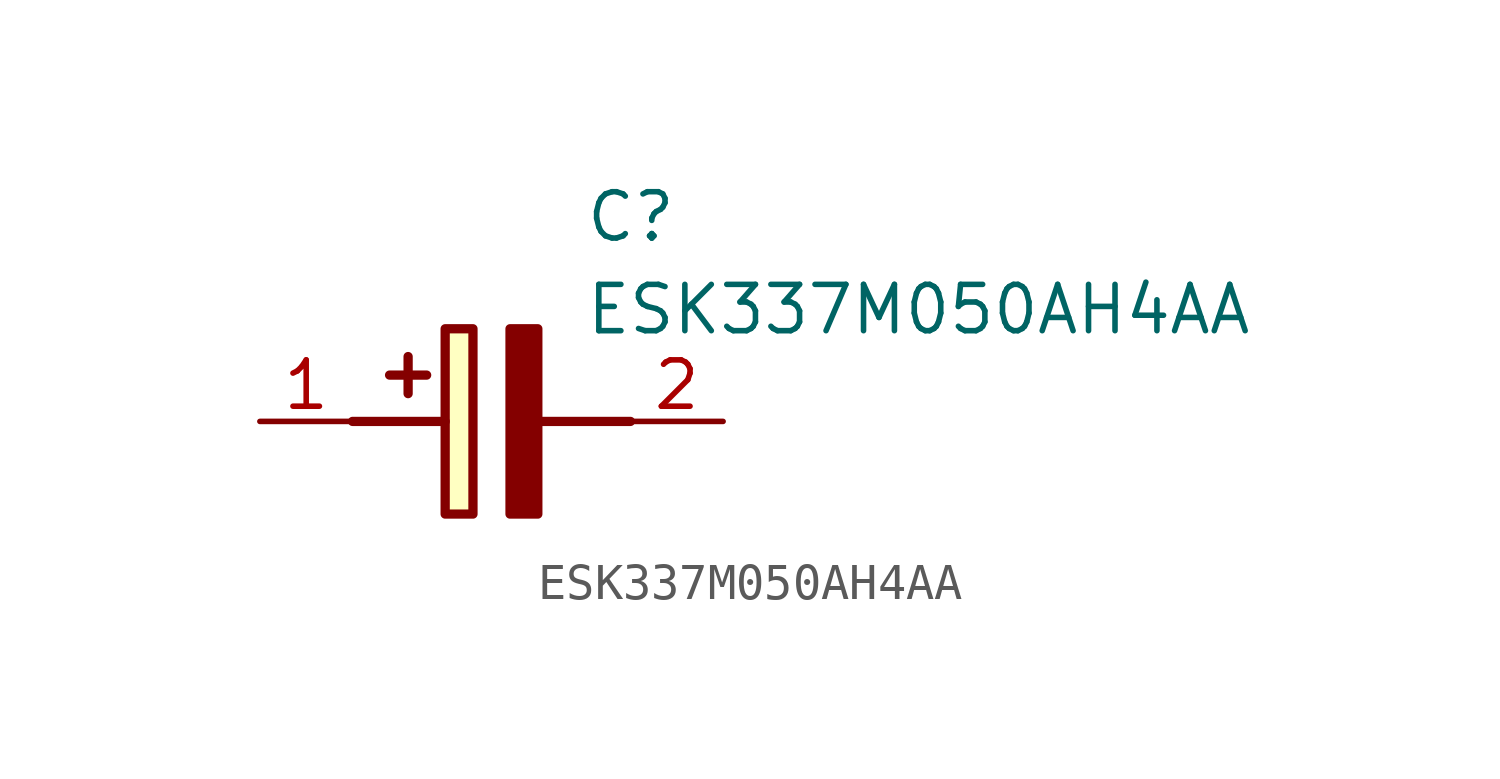
<source format=kicad_sym>
(kicad_symbol_lib
  (version 20211014)
  (generator SamacSys_ECAD_Model)
  (symbol "ESK337M050AH4AA"
    (pin_names hide)
    (property "Reference" "C"
      (at 8.89 6.35 0)
      (effects (font (size 1.27 1.27)) (justify left top)))
    (property "Value" "ESK337M050AH4AA"
      (at 8.89 3.81 0)
      (effects (font (size 1.27 1.27)) (justify left top)))
    (rectangle
      (start 5.08 2.54)
      (end 5.842 -2.54)
      (stroke (width 0.254) (type default))
      (fill (type background)))
    (polyline
      (pts (xy 4.572 1.27) (xy 3.556 1.27))
      (stroke (width 0.254) (type default))
      (fill (type none)))
    (polyline
      (pts (xy 4.064 1.778) (xy 4.064 0.762))
      (stroke (width 0.254) (type default))
      (fill (type none)))
    (polyline
      (pts (xy 2.54 0) (xy 5.08 0))
      (stroke (width 0.254) (type default))
      (fill (type none)))
    (polyline
      (pts (xy 7.62 0) (xy 10.16 0))
      (stroke (width 0.254) (type default))
      (fill (type none)))
    (polyline
      (pts (xy 7.62 2.54) (xy 7.62 -2.54) (xy 6.858 -2.54) (xy 6.858 2.54) (xy 7.62 2.54))
      (stroke (width 0.254) (type default))
      (fill (type outline)))
    (pin passive line
      (at 0 0 0)
      (length 2.54)
      (name "+" (effects (font (size 1.27 1.27))))
      (number "1" (effects (font (size 1.27 1.27)))))
    (pin passive line
      (at 12.7 0 180)
      (length 2.54)
      (name "-" (effects (font (size 1.27 1.27))))
      (number "2" (effects (font (size 1.27 1.27)))))))
</source>
